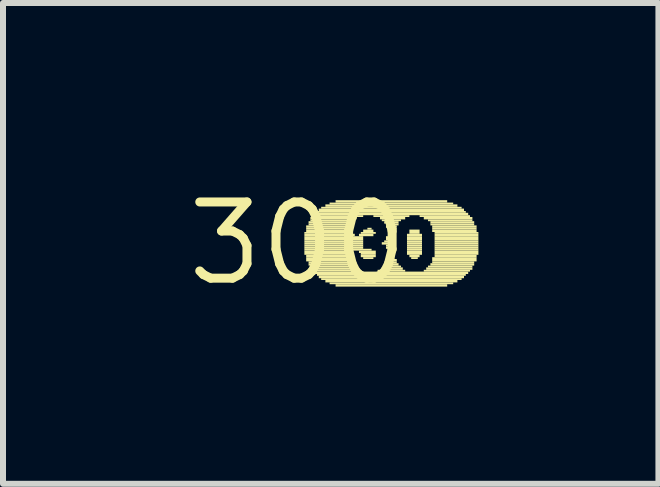
<source format=kicad_pcb>
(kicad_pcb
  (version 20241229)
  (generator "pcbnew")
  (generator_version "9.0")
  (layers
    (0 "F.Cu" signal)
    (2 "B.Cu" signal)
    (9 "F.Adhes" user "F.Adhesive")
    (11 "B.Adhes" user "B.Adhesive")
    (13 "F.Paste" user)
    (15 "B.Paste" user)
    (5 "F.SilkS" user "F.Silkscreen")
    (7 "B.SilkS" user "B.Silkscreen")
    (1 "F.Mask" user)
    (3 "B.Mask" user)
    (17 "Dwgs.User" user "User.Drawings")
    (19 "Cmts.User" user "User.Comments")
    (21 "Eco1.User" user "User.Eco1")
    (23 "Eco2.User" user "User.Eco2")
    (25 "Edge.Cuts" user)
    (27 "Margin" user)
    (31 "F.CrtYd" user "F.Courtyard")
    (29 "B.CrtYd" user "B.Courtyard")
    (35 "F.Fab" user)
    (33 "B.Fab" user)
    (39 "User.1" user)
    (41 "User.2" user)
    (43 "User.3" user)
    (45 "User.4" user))
  (footprint "300"
    (layer "F.Cu")
    (at 1.912 1.006)
    (property "Reference" "300" (at 0 0 0) (layer "F.SilkS") (effects (font (size 1.27 1.27) (thickness 0.15))))
    (fp_poly (pts (xy 0.11 -0.16) (xy 0.88 -0.16) (xy 0.88 -0.19) (xy 0.11 -0.19)) (stroke (width 0) (type default)) (fill yes) (layer "F.SilkS"))
    (fp_poly (pts (xy 0.11 -0.12) (xy 0.95 -0.12) (xy 0.95 -0.16) (xy 0.11 -0.16)) (stroke (width 0) (type default)) (fill yes) (layer "F.SilkS"))
    (fp_poly (pts (xy 0.11 -0.09) (xy 1.09 -0.09) (xy 1.09 -0.12) (xy 0.11 -0.12)) (stroke (width 0) (type default)) (fill yes) (layer "F.SilkS"))
    (fp_poly (pts (xy 0.11 -0.05) (xy 1.09 -0.05) (xy 1.09 -0.09) (xy 0.11 -0.09)) (stroke (width 0) (type default)) (fill yes) (layer "F.SilkS"))
    (fp_poly (pts (xy 0.11 -0.02) (xy 1.09 -0.02) (xy 1.09 -0.05) (xy 0.11 -0.05)) (stroke (width 0) (type default)) (fill yes) (layer "F.SilkS"))
    (fp_poly (pts (xy 0.11 0.02) (xy 1.09 0.02) (xy 1.09 -0.02) (xy 0.11 -0.02)) (stroke (width 0) (type default)) (fill yes) (layer "F.SilkS"))
    (fp_poly (pts (xy 0.11 0.05) (xy 1.09 0.05) (xy 1.09 0.02) (xy 0.11 0.02)) (stroke (width 0) (type default)) (fill yes) (layer "F.SilkS"))
    (fp_poly (pts (xy 0.11 0.09) (xy 1.09 0.09) (xy 1.09 0.05) (xy 0.11 0.05)) (stroke (width 0) (type default)) (fill yes) (layer "F.SilkS"))
    (fp_poly (pts (xy 0.11 0.12) (xy 1.23 0.12) (xy 1.23 0.09) (xy 0.11 0.09)) (stroke (width 0) (type default)) (fill yes) (layer "F.SilkS"))
    (fp_poly (pts (xy 0.11 0.16) (xy 0.88 0.16) (xy 0.88 0.12) (xy 0.11 0.12)) (stroke (width 0) (type default)) (fill yes) (layer "F.SilkS"))
    (fp_poly (pts (xy 0.11 0.19) (xy 0.84 0.19) (xy 0.84 0.16) (xy 0.11 0.16)) (stroke (width 0) (type default)) (fill yes) (layer "F.SilkS"))
    (fp_poly (pts (xy 0.14 -0.26) (xy 0.88 -0.26) (xy 0.88 -0.3) (xy 0.14 -0.3)) (stroke (width 0) (type default)) (fill yes) (layer "F.SilkS"))
    (fp_poly (pts (xy 0.14 -0.23) (xy 0.88 -0.23) (xy 0.88 -0.26) (xy 0.14 -0.26)) (stroke (width 0) (type default)) (fill yes) (layer "F.SilkS"))
    (fp_poly (pts (xy 0.14 -0.19) (xy 0.88 -0.19) (xy 0.88 -0.23) (xy 0.14 -0.23)) (stroke (width 0) (type default)) (fill yes) (layer "F.SilkS"))
    (fp_poly (pts (xy 0.14 0.23) (xy 0.84 0.23) (xy 0.84 0.19) (xy 0.14 0.19)) (stroke (width 0) (type default)) (fill yes) (layer "F.SilkS"))
    (fp_poly (pts (xy 0.14 0.26) (xy 0.84 0.26) (xy 0.84 0.23) (xy 0.14 0.23)) (stroke (width 0) (type default)) (fill yes) (layer "F.SilkS"))
    (fp_poly (pts (xy 0.14 0.3) (xy 0.84 0.3) (xy 0.84 0.26) (xy 0.14 0.26)) (stroke (width 0) (type default)) (fill yes) (layer "F.SilkS"))
    (fp_poly (pts (xy 0.18 -0.33) (xy 0.91 -0.33) (xy 0.91 -0.37) (xy 0.18 -0.37)) (stroke (width 0) (type default)) (fill yes) (layer "F.SilkS"))
    (fp_poly (pts (xy 0.18 -0.3) (xy 0.88 -0.3) (xy 0.88 -0.33) (xy 0.18 -0.33)) (stroke (width 0) (type default)) (fill yes) (layer "F.SilkS"))
    (fp_poly (pts (xy 0.18 0.33) (xy 0.84 0.33) (xy 0.84 0.3) (xy 0.18 0.3)) (stroke (width 0) (type default)) (fill yes) (layer "F.SilkS"))
    (fp_poly (pts (xy 0.18 0.37) (xy 0.88 0.37) (xy 0.88 0.33) (xy 0.18 0.33)) (stroke (width 0) (type default)) (fill yes) (layer "F.SilkS"))
    (fp_poly (pts (xy 0.21 -0.4) (xy 0.98 -0.4) (xy 0.98 -0.44) (xy 0.21 -0.44)) (stroke (width 0) (type default)) (fill yes) (layer "F.SilkS"))
    (fp_poly (pts (xy 0.21 -0.37) (xy 0.95 -0.37) (xy 0.95 -0.4) (xy 0.21 -0.4)) (stroke (width 0) (type default)) (fill yes) (layer "F.SilkS"))
    (fp_poly (pts (xy 0.21 0.4) (xy 0.91 0.4) (xy 0.91 0.37) (xy 0.21 0.37)) (stroke (width 0) (type default)) (fill yes) (layer "F.SilkS"))
    (fp_poly (pts (xy 0.21 0.44) (xy 0.95 0.44) (xy 0.95 0.4) (xy 0.21 0.4)) (stroke (width 0) (type default)) (fill yes) (layer "F.SilkS"))
    (fp_poly (pts (xy 0.25 -0.44) (xy 1.09 -0.44) (xy 1.09 -0.47) (xy 0.25 -0.47)) (stroke (width 0) (type default)) (fill yes) (layer "F.SilkS"))
    (fp_poly (pts (xy 0.25 0.47) (xy 1.02 0.47) (xy 1.02 0.44) (xy 0.25 0.44)) (stroke (width 0) (type default)) (fill yes) (layer "F.SilkS"))
    (fp_poly (pts (xy 0.28 -0.47) (xy 2.84 -0.47) (xy 2.84 -0.51) (xy 0.28 -0.51)) (stroke (width 0) (type default)) (fill yes) (layer "F.SilkS"))
    (fp_poly (pts (xy 0.28 0.51) (xy 2.84 0.51) (xy 2.84 0.47) (xy 0.28 0.47)) (stroke (width 0) (type default)) (fill yes) (layer "F.SilkS"))
    (fp_poly (pts (xy 0.32 -0.51) (xy 2.8 -0.51) (xy 2.8 -0.54) (xy 0.32 -0.54)) (stroke (width 0) (type default)) (fill yes) (layer "F.SilkS"))
    (fp_poly (pts (xy 0.32 0.54) (xy 2.8 0.54) (xy 2.8 0.51) (xy 0.32 0.51)) (stroke (width 0) (type default)) (fill yes) (layer "F.SilkS"))
    (fp_poly (pts (xy 0.35 -0.54) (xy 2.77 -0.54) (xy 2.77 -0.58) (xy 0.35 -0.58)) (stroke (width 0) (type default)) (fill yes) (layer "F.SilkS"))
    (fp_poly (pts (xy 0.35 0.58) (xy 2.77 0.58) (xy 2.77 0.54) (xy 0.35 0.54)) (stroke (width 0) (type default)) (fill yes) (layer "F.SilkS"))
    (fp_poly (pts (xy 0.39 -0.58) (xy 2.73 -0.58) (xy 2.73 -0.61) (xy 0.39 -0.61)) (stroke (width 0) (type default)) (fill yes) (layer "F.SilkS"))
    (fp_poly (pts (xy 0.39 0.61) (xy 2.73 0.61) (xy 2.73 0.58) (xy 0.39 0.58)) (stroke (width 0) (type default)) (fill yes) (layer "F.SilkS"))
    (fp_poly (pts (xy 0.46 -0.61) (xy 2.66 -0.61) (xy 2.66 -0.65) (xy 0.46 -0.65)) (stroke (width 0) (type default)) (fill yes) (layer "F.SilkS"))
    (fp_poly (pts (xy 0.46 0.65) (xy 2.66 0.65) (xy 2.66 0.61) (xy 0.46 0.61)) (stroke (width 0) (type default)) (fill yes) (layer "F.SilkS"))
    (fp_poly (pts (xy 0.53 -0.65) (xy 2.59 -0.65) (xy 2.59 -0.68) (xy 0.53 -0.68)) (stroke (width 0) (type default)) (fill yes) (layer "F.SilkS"))
    (fp_poly (pts (xy 0.53 0.68) (xy 2.59 0.68) (xy 2.59 0.65) (xy 0.53 0.65)) (stroke (width 0) (type default)) (fill yes) (layer "F.SilkS"))
    (fp_poly (pts (xy 0.63 -0.68) (xy 2.49 -0.68) (xy 2.49 -0.72) (xy 0.63 -0.72)) (stroke (width 0) (type default)) (fill yes) (layer "F.SilkS"))
    (fp_poly (pts (xy 0.63 0.72) (xy 2.49 0.72) (xy 2.49 0.68) (xy 0.63 0.68)) (stroke (width 0) (type default)) (fill yes) (layer "F.SilkS"))
    (fp_poly (pts (xy 1.02 -0.12) (xy 1.26 -0.12) (xy 1.26 -0.16) (xy 1.02 -0.16)) (stroke (width 0) (type default)) (fill yes) (layer "F.SilkS"))
    (fp_poly (pts (xy 1.02 0.16) (xy 1.3 0.16) (xy 1.3 0.12) (xy 1.02 0.12)) (stroke (width 0) (type default)) (fill yes) (layer "F.SilkS"))
    (fp_poly (pts (xy 1.05 -0.16) (xy 1.3 -0.16) (xy 1.3 -0.19) (xy 1.05 -0.19)) (stroke (width 0) (type default)) (fill yes) (layer "F.SilkS"))
    (fp_poly (pts (xy 1.05 0.19) (xy 1.3 0.19) (xy 1.3 0.16) (xy 1.05 0.16)) (stroke (width 0) (type default)) (fill yes) (layer "F.SilkS"))
    (fp_poly (pts (xy 1.05 0.23) (xy 1.3 0.23) (xy 1.3 0.19) (xy 1.05 0.19)) (stroke (width 0) (type default)) (fill yes) (layer "F.SilkS"))
    (fp_poly (pts (xy 1.09 -0.19) (xy 1.26 -0.19) (xy 1.26 -0.23) (xy 1.09 -0.23)) (stroke (width 0) (type default)) (fill yes) (layer "F.SilkS"))
    (fp_poly (pts (xy 1.09 0.26) (xy 1.26 0.26) (xy 1.26 0.23) (xy 1.09 0.23)) (stroke (width 0) (type default)) (fill yes) (layer "F.SilkS"))
    (fp_poly (pts (xy 1.16 -0.23) (xy 1.23 -0.23) (xy 1.23 -0.26) (xy 1.16 -0.26)) (stroke (width 0) (type default)) (fill yes) (layer "F.SilkS"))
    (fp_poly (pts (xy 1.26 -0.44) (xy 1.86 -0.44) (xy 1.86 -0.47) (xy 1.26 -0.47)) (stroke (width 0) (type default)) (fill yes) (layer "F.SilkS"))
    (fp_poly (pts (xy 1.33 0.47) (xy 1.79 0.47) (xy 1.79 0.44) (xy 1.33 0.44)) (stroke (width 0) (type default)) (fill yes) (layer "F.SilkS"))
    (fp_poly (pts (xy 1.37 -0.4) (xy 1.79 -0.4) (xy 1.79 -0.44) (xy 1.37 -0.44)) (stroke (width 0) (type default)) (fill yes) (layer "F.SilkS"))
    (fp_poly (pts (xy 1.4 -0.37) (xy 1.72 -0.37) (xy 1.72 -0.4) (xy 1.4 -0.4)) (stroke (width 0) (type default)) (fill yes) (layer "F.SilkS"))
    (fp_poly (pts (xy 1.4 0.02) (xy 1.58 0.02) (xy 1.58 -0.02) (xy 1.4 -0.02)) (stroke (width 0) (type default)) (fill yes) (layer "F.SilkS"))
    (fp_poly (pts (xy 1.4 0.44) (xy 1.75 0.44) (xy 1.75 0.4) (xy 1.4 0.4)) (stroke (width 0) (type default)) (fill yes) (layer "F.SilkS"))
    (fp_poly (pts (xy 1.44 -0.33) (xy 1.68 -0.33) (xy 1.68 -0.37) (xy 1.44 -0.37)) (stroke (width 0) (type default)) (fill yes) (layer "F.SilkS"))
    (fp_poly (pts (xy 1.44 -0.02) (xy 1.61 -0.02) (xy 1.61 -0.05) (xy 1.44 -0.05)) (stroke (width 0) (type default)) (fill yes) (layer "F.SilkS"))
    (fp_poly (pts (xy 1.44 0.4) (xy 1.72 0.4) (xy 1.72 0.37) (xy 1.44 0.37)) (stroke (width 0) (type default)) (fill yes) (layer "F.SilkS"))
    (fp_poly (pts (xy 1.47 -0.3) (xy 1.68 -0.3) (xy 1.68 -0.33) (xy 1.47 -0.33)) (stroke (width 0) (type default)) (fill yes) (layer "F.SilkS"))
    (fp_poly (pts (xy 1.47 -0.26) (xy 1.65 -0.26) (xy 1.65 -0.3) (xy 1.47 -0.3)) (stroke (width 0) (type default)) (fill yes) (layer "F.SilkS"))
    (fp_poly (pts (xy 1.47 -0.09) (xy 1.61 -0.09) (xy 1.61 -0.12) (xy 1.47 -0.12)) (stroke (width 0) (type default)) (fill yes) (layer "F.SilkS"))
    (fp_poly (pts (xy 1.47 -0.05) (xy 1.61 -0.05) (xy 1.61 -0.09) (xy 1.47 -0.09)) (stroke (width 0) (type default)) (fill yes) (layer "F.SilkS"))
    (fp_poly (pts (xy 1.47 0.05) (xy 1.58 0.05) (xy 1.58 0.02) (xy 1.47 0.02)) (stroke (width 0) (type default)) (fill yes) (layer "F.SilkS"))
    (fp_poly (pts (xy 1.47 0.09) (xy 1.61 0.09) (xy 1.61 0.05) (xy 1.47 0.05)) (stroke (width 0) (type default)) (fill yes) (layer "F.SilkS"))
    (fp_poly (pts (xy 1.47 0.37) (xy 1.68 0.37) (xy 1.68 0.33) (xy 1.47 0.33)) (stroke (width 0) (type default)) (fill yes) (layer "F.SilkS"))
    (fp_poly (pts (xy 1.51 -0.23) (xy 1.65 -0.23) (xy 1.65 -0.26) (xy 1.51 -0.26)) (stroke (width 0) (type default)) (fill yes) (layer "F.SilkS"))
    (fp_poly (pts (xy 1.51 -0.19) (xy 1.61 -0.19) (xy 1.61 -0.23) (xy 1.51 -0.23)) (stroke (width 0) (type default)) (fill yes) (layer "F.SilkS"))
    (fp_poly (pts (xy 1.51 -0.16) (xy 1.61 -0.16) (xy 1.61 -0.19) (xy 1.51 -0.19)) (stroke (width 0) (type default)) (fill yes) (layer "F.SilkS"))
    (fp_poly (pts (xy 1.51 -0.12) (xy 1.61 -0.12) (xy 1.61 -0.16) (xy 1.51 -0.16)) (stroke (width 0) (type default)) (fill yes) (layer "F.SilkS"))
    (fp_poly (pts (xy 1.51 0.12) (xy 1.61 0.12) (xy 1.61 0.09) (xy 1.51 0.09)) (stroke (width 0) (type default)) (fill yes) (layer "F.SilkS"))
    (fp_poly (pts (xy 1.51 0.16) (xy 1.61 0.16) (xy 1.61 0.12) (xy 1.51 0.12)) (stroke (width 0) (type default)) (fill yes) (layer "F.SilkS"))
    (fp_poly (pts (xy 1.51 0.19) (xy 1.61 0.19) (xy 1.61 0.16) (xy 1.51 0.16)) (stroke (width 0) (type default)) (fill yes) (layer "F.SilkS"))
    (fp_poly (pts (xy 1.51 0.23) (xy 1.61 0.23) (xy 1.61 0.19) (xy 1.51 0.19)) (stroke (width 0) (type default)) (fill yes) (layer "F.SilkS"))
    (fp_poly (pts (xy 1.51 0.26) (xy 1.61 0.26) (xy 1.61 0.23) (xy 1.51 0.23)) (stroke (width 0) (type default)) (fill yes) (layer "F.SilkS"))
    (fp_poly (pts (xy 1.51 0.3) (xy 1.65 0.3) (xy 1.65 0.26) (xy 1.51 0.26)) (stroke (width 0) (type default)) (fill yes) (layer "F.SilkS"))
    (fp_poly (pts (xy 1.51 0.33) (xy 1.65 0.33) (xy 1.65 0.3) (xy 1.51 0.3)) (stroke (width 0) (type default)) (fill yes) (layer "F.SilkS"))
    (fp_poly (pts (xy 1.82 -0.12) (xy 2.07 -0.12) (xy 2.07 -0.16) (xy 1.82 -0.16)) (stroke (width 0) (type default)) (fill yes) (layer "F.SilkS"))
    (fp_poly (pts (xy 1.82 -0.09) (xy 2.07 -0.09) (xy 2.07 -0.12) (xy 1.82 -0.12)) (stroke (width 0) (type default)) (fill yes) (layer "F.SilkS"))
    (fp_poly (pts (xy 1.82 -0.05) (xy 2.07 -0.05) (xy 2.07 -0.09) (xy 1.82 -0.09)) (stroke (width 0) (type default)) (fill yes) (layer "F.SilkS"))
    (fp_poly (pts (xy 1.82 -0.02) (xy 2.07 -0.02) (xy 2.07 -0.05) (xy 1.82 -0.05)) (stroke (width 0) (type default)) (fill yes) (layer "F.SilkS"))
    (fp_poly (pts (xy 1.82 0.02) (xy 2.07 0.02) (xy 2.07 -0.02) (xy 1.82 -0.02)) (stroke (width 0) (type default)) (fill yes) (layer "F.SilkS"))
    (fp_poly (pts (xy 1.82 0.05) (xy 2.07 0.05) (xy 2.07 0.02) (xy 1.82 0.02)) (stroke (width 0) (type default)) (fill yes) (layer "F.SilkS"))
    (fp_poly (pts (xy 1.82 0.09) (xy 2.07 0.09) (xy 2.07 0.05) (xy 1.82 0.05)) (stroke (width 0) (type default)) (fill yes) (layer "F.SilkS"))
    (fp_poly (pts (xy 1.82 0.12) (xy 2.07 0.12) (xy 2.07 0.09) (xy 1.82 0.09)) (stroke (width 0) (type default)) (fill yes) (layer "F.SilkS"))
    (fp_poly (pts (xy 1.82 0.16) (xy 2.07 0.16) (xy 2.07 0.12) (xy 1.82 0.12)) (stroke (width 0) (type default)) (fill yes) (layer "F.SilkS"))
    (fp_poly (pts (xy 1.82 0.19) (xy 2.07 0.19) (xy 2.07 0.16) (xy 1.82 0.16)) (stroke (width 0) (type default)) (fill yes) (layer "F.SilkS"))
    (fp_poly (pts (xy 1.86 -0.19) (xy 2.03 -0.19) (xy 2.03 -0.23) (xy 1.86 -0.23)) (stroke (width 0) (type default)) (fill yes) (layer "F.SilkS"))
    (fp_poly (pts (xy 1.86 -0.16) (xy 2.03 -0.16) (xy 2.03 -0.19) (xy 1.86 -0.19)) (stroke (width 0) (type default)) (fill yes) (layer "F.SilkS"))
    (fp_poly (pts (xy 1.86 0.23) (xy 2.03 0.23) (xy 2.03 0.19) (xy 1.86 0.19)) (stroke (width 0) (type default)) (fill yes) (layer "F.SilkS"))
    (fp_poly (pts (xy 1.89 0.26) (xy 2 0.26) (xy 2 0.23) (xy 1.89 0.23)) (stroke (width 0) (type default)) (fill yes) (layer "F.SilkS"))
    (fp_poly (pts (xy 2.03 -0.44) (xy 2.87 -0.44) (xy 2.87 -0.47) (xy 2.03 -0.47)) (stroke (width 0) (type default)) (fill yes) (layer "F.SilkS"))
    (fp_poly (pts (xy 2.1 -0.4) (xy 2.91 -0.4) (xy 2.91 -0.44) (xy 2.1 -0.44)) (stroke (width 0) (type default)) (fill yes) (layer "F.SilkS"))
    (fp_poly (pts (xy 2.1 0.47) (xy 2.87 0.47) (xy 2.87 0.44) (xy 2.1 0.44)) (stroke (width 0) (type default)) (fill yes) (layer "F.SilkS"))
    (fp_poly (pts (xy 2.14 0.44) (xy 2.91 0.44) (xy 2.91 0.4) (xy 2.14 0.4)) (stroke (width 0) (type default)) (fill yes) (layer "F.SilkS"))
    (fp_poly (pts (xy 2.17 -0.37) (xy 2.91 -0.37) (xy 2.91 -0.4) (xy 2.17 -0.4)) (stroke (width 0) (type default)) (fill yes) (layer "F.SilkS"))
    (fp_poly (pts (xy 2.17 0.4) (xy 2.91 0.4) (xy 2.91 0.37) (xy 2.17 0.37)) (stroke (width 0) (type default)) (fill yes) (layer "F.SilkS"))
    (fp_poly (pts (xy 2.21 -0.33) (xy 2.94 -0.33) (xy 2.94 -0.37) (xy 2.21 -0.37)) (stroke (width 0) (type default)) (fill yes) (layer "F.SilkS"))
    (fp_poly (pts (xy 2.21 -0.3) (xy 2.94 -0.3) (xy 2.94 -0.33) (xy 2.21 -0.33)) (stroke (width 0) (type default)) (fill yes) (layer "F.SilkS"))
    (fp_poly (pts (xy 2.21 0.37) (xy 2.94 0.37) (xy 2.94 0.33) (xy 2.21 0.33)) (stroke (width 0) (type default)) (fill yes) (layer "F.SilkS"))
    (fp_poly (pts (xy 2.24 -0.26) (xy 2.98 -0.26) (xy 2.98 -0.3) (xy 2.24 -0.3)) (stroke (width 0) (type default)) (fill yes) (layer "F.SilkS"))
    (fp_poly (pts (xy 2.24 -0.23) (xy 2.98 -0.23) (xy 2.98 -0.26) (xy 2.24 -0.26)) (stroke (width 0) (type default)) (fill yes) (layer "F.SilkS"))
    (fp_poly (pts (xy 2.24 -0.19) (xy 2.98 -0.19) (xy 2.98 -0.23) (xy 2.24 -0.23)) (stroke (width 0) (type default)) (fill yes) (layer "F.SilkS"))
    (fp_poly (pts (xy 2.24 0.26) (xy 2.98 0.26) (xy 2.98 0.23) (xy 2.24 0.23)) (stroke (width 0) (type default)) (fill yes) (layer "F.SilkS"))
    (fp_poly (pts (xy 2.24 0.3) (xy 2.98 0.3) (xy 2.98 0.26) (xy 2.24 0.26)) (stroke (width 0) (type default)) (fill yes) (layer "F.SilkS"))
    (fp_poly (pts (xy 2.24 0.33) (xy 2.94 0.33) (xy 2.94 0.3) (xy 2.24 0.3)) (stroke (width 0) (type default)) (fill yes) (layer "F.SilkS"))
    (fp_poly (pts (xy 2.28 -0.16) (xy 3.01 -0.16) (xy 3.01 -0.19) (xy 2.28 -0.19)) (stroke (width 0) (type default)) (fill yes) (layer "F.SilkS"))
    (fp_poly (pts (xy 2.28 -0.12) (xy 3.01 -0.12) (xy 3.01 -0.16) (xy 2.28 -0.16)) (stroke (width 0) (type default)) (fill yes) (layer "F.SilkS"))
    (fp_poly (pts (xy 2.28 -0.09) (xy 3.01 -0.09) (xy 3.01 -0.12) (xy 2.28 -0.12)) (stroke (width 0) (type default)) (fill yes) (layer "F.SilkS"))
    (fp_poly (pts (xy 2.28 -0.05) (xy 3.01 -0.05) (xy 3.01 -0.09) (xy 2.28 -0.09)) (stroke (width 0) (type default)) (fill yes) (layer "F.SilkS"))
    (fp_poly (pts (xy 2.28 -0.02) (xy 3.01 -0.02) (xy 3.01 -0.05) (xy 2.28 -0.05)) (stroke (width 0) (type default)) (fill yes) (layer "F.SilkS"))
    (fp_poly (pts (xy 2.28 0.02) (xy 3.01 0.02) (xy 3.01 -0.02) (xy 2.28 -0.02)) (stroke (width 0) (type default)) (fill yes) (layer "F.SilkS"))
    (fp_poly (pts (xy 2.28 0.05) (xy 3.01 0.05) (xy 3.01 0.02) (xy 2.28 0.02)) (stroke (width 0) (type default)) (fill yes) (layer "F.SilkS"))
    (fp_poly (pts (xy 2.28 0.09) (xy 3.01 0.09) (xy 3.01 0.05) (xy 2.28 0.05)) (stroke (width 0) (type default)) (fill yes) (layer "F.SilkS"))
    (fp_poly (pts (xy 2.28 0.12) (xy 3.01 0.12) (xy 3.01 0.09) (xy 2.28 0.09)) (stroke (width 0) (type default)) (fill yes) (layer "F.SilkS"))
    (fp_poly (pts (xy 2.28 0.16) (xy 3.01 0.16) (xy 3.01 0.12) (xy 2.28 0.12)) (stroke (width 0) (type default)) (fill yes) (layer "F.SilkS"))
    (fp_poly (pts (xy 2.28 0.19) (xy 3.01 0.19) (xy 3.01 0.16) (xy 2.28 0.16)) (stroke (width 0) (type default)) (fill yes) (layer "F.SilkS"))
    (fp_poly (pts (xy 2.28 0.23) (xy 2.98 0.23) (xy 2.98 0.19) (xy 2.28 0.19)) (stroke (width 0) (type default)) (fill yes) (layer "F.SilkS")))
  (gr_rect
    (start -3 -3)
    (end 7.922 5.012)
    (stroke (width 0.1) (type default))
    (fill no)
    (layer "Edge.Cuts")))
</source>
